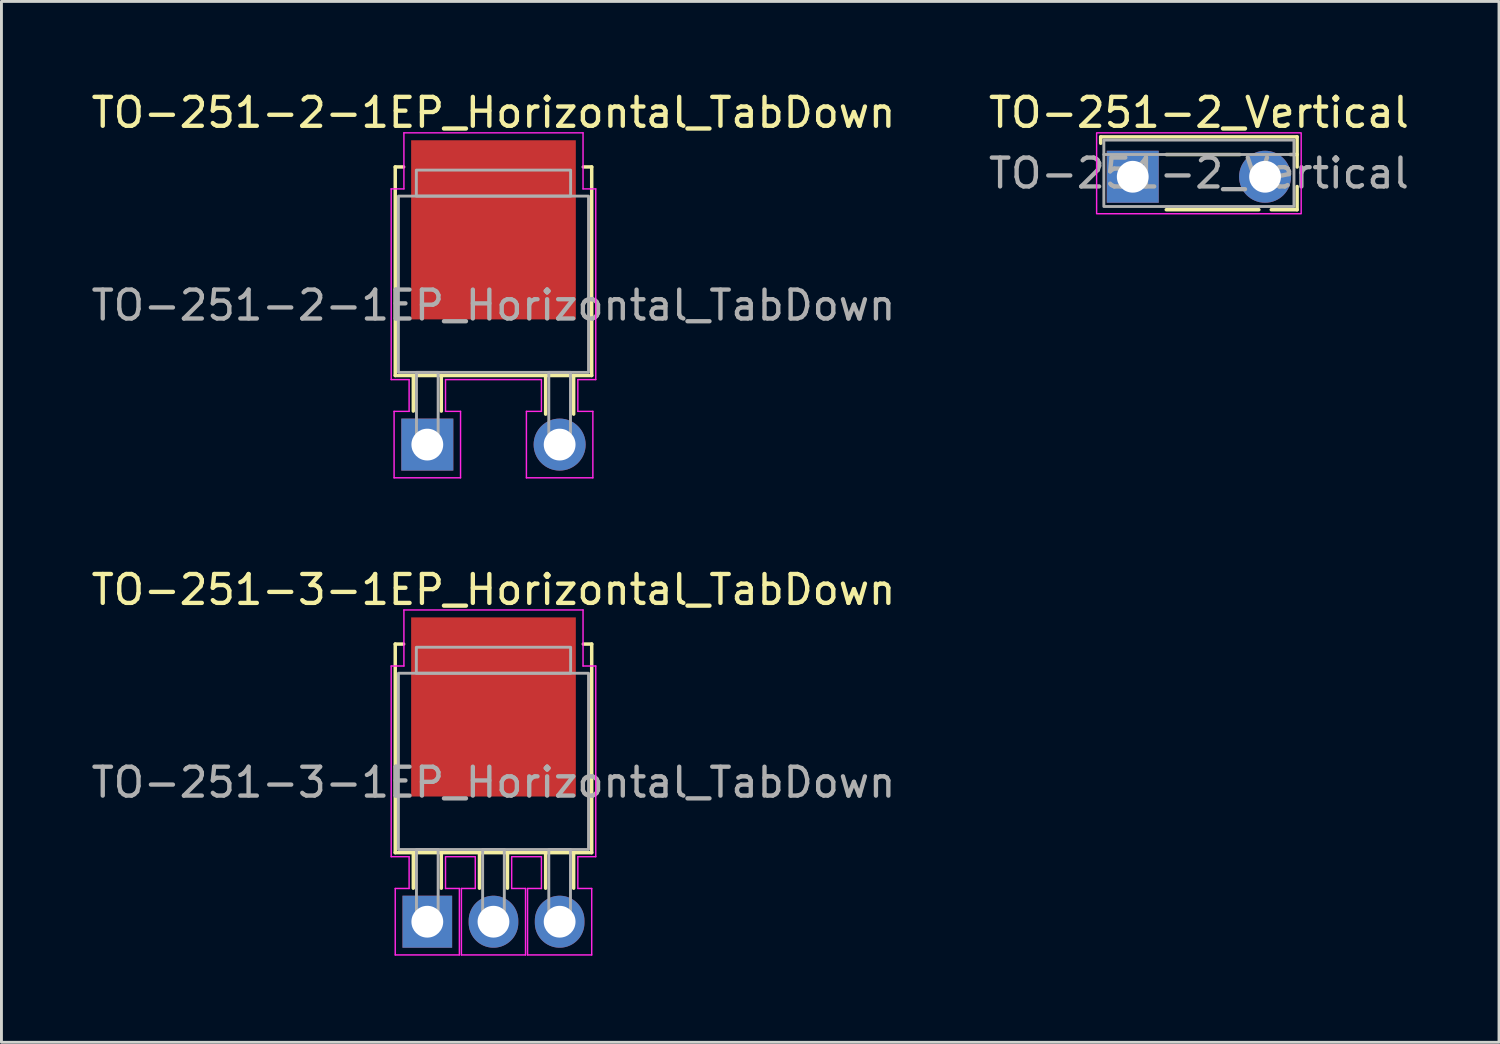
<source format=kicad_pcb>
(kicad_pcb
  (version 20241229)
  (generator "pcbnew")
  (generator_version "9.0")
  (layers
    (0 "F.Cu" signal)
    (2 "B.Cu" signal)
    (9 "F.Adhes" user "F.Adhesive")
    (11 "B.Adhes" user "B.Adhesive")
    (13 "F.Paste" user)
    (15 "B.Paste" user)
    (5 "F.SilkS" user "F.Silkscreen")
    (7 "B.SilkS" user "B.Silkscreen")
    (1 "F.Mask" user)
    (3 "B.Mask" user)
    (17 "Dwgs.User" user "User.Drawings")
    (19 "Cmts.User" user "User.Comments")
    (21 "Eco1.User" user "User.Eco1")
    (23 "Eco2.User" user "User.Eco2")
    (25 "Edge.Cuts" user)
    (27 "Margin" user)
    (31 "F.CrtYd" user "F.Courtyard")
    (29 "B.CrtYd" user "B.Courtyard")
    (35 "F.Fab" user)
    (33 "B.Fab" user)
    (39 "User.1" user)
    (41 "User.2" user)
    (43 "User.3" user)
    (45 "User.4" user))
  (footprint "TO-251-2_Vertical"
    (layer "F.Cu")
    (at 36.156 3.068)
    (property "Reference" "TO-251-2_Vertical" (at 2.29 -2.22 0) (layer "F.SilkS") (effects (font (size 1 1) (thickness 0.15))))
    (attr through_hole)
    (fp_line (start -1.11 -1.38) (end -1.11 -1.16) (stroke (width 0.12) (type solid)) (layer "F.SilkS"))
    (fp_line (start -1.11 -1.38) (end 5.69 -1.38) (stroke (width 0.12) (type solid)) (layer "F.SilkS"))
    (fp_line (start 1.16 -0.77) (end 3.712 -0.77) (stroke (width 0.12) (type solid)) (layer "F.SilkS"))
    (fp_line (start 1.16 1.14) (end 4.366 1.14) (stroke (width 0.12) (type solid)) (layer "F.SilkS"))
    (fp_line (start 4.794 1.14) (end 5.69 1.14) (stroke (width 0.12) (type solid)) (layer "F.SilkS"))
    (fp_line (start 5.448 -0.77) (end 5.69 -0.77) (stroke (width 0.12) (type solid)) (layer "F.SilkS"))
    (fp_line (start 5.69 -1.38) (end 5.69 -0.337) (stroke (width 0.12) (type solid)) (layer "F.SilkS"))
    (fp_line (start 5.69 0.337) (end 5.69 1.14) (stroke (width 0.12) (type solid)) (layer "F.SilkS"))
    (fp_rect (start 5.83 1.28) (end -1.25 -1.52) (stroke (width 0.05) (type solid)) (fill no) (layer "F.CrtYd"))
    (fp_line (start -1 -0.77) (end 5.58 -0.77) (stroke (width 0.1) (type solid)) (layer "F.Fab"))
    (fp_rect (start -1 -1.27) (end 5.58 1.03) (stroke (width 0.1) (type solid)) (fill no) (layer "F.Fab"))
    (fp_text user "${REFERENCE}" (at 2.29 -0.12 0) (layer "F.Fab") (effects (font (size 1 1) (thickness 0.15))))
    (pad "1" thru_hole rect (at 0 0) (size 1.8 1.8) (drill 1.1) (layers "*.Cu" "*.Mask"))
    (pad "2" thru_hole circle (at 4.58 0) (size 1.8 1.8) (drill 1.1) (layers "*.Cu" "*.Mask")))
  (footprint "TO-251-3-1EP_Horizontal_TabDown"
    (layer "F.Cu")
    (at 11.74 28.852)
    (property "Reference" "TO-251-3-1EP_Horizontal_TabDown" (at 2.29 -11.49 0) (layer "F.SilkS") (effects (font (size 1 1) (thickness 0.15))))
    (attr through_hole)
    (fp_line (start -1.11 -9.61) (end -0.82 -9.61) (stroke (width 0.12) (type solid)) (layer "F.SilkS"))
    (fp_line (start -1.11 -2.39) (end -1.11 -9.61) (stroke (width 0.12) (type solid)) (layer "F.SilkS"))
    (fp_line (start -1.11 -2.39) (end 5.69 -2.39) (stroke (width 0.12) (type solid)) (layer "F.SilkS"))
    (fp_line (start -0.485 -2.39) (end -0.485 -1.16) (stroke (width 0.12) (type solid)) (layer "F.SilkS"))
    (fp_line (start 0.485 -2.39) (end 0.485 -1.16) (stroke (width 0.12) (type solid)) (layer "F.SilkS"))
    (fp_line (start 1.805 -2.39) (end 1.805 -1.16) (stroke (width 0.12) (type solid)) (layer "F.SilkS"))
    (fp_line (start 2.775 -2.39) (end 2.775 -1.16) (stroke (width 0.12) (type solid)) (layer "F.SilkS"))
    (fp_line (start 4.095 -2.39) (end 4.095 -1.16) (stroke (width 0.12) (type solid)) (layer "F.SilkS"))
    (fp_line (start 5.065 -2.39) (end 5.065 -1.16) (stroke (width 0.12) (type solid)) (layer "F.SilkS"))
    (fp_line (start 5.4 -9.61) (end 5.69 -9.61) (stroke (width 0.12) (type solid)) (layer "F.SilkS"))
    (fp_line (start 5.69 -2.39) (end 5.69 -9.61) (stroke (width 0.12) (type solid)) (layer "F.SilkS"))
    (fp_line (start -1.25 -8.85) (end -0.81 -8.85) (stroke (width 0.05) (type solid)) (layer "F.CrtYd"))
    (fp_line (start -1.25 -2.25) (end -1.25 -8.85) (stroke (width 0.05) (type solid)) (layer "F.CrtYd"))
    (fp_line (start -1.11 -1.15) (end -0.63 -1.15) (stroke (width 0.05) (type solid)) (layer "F.CrtYd"))
    (fp_line (start -1.11 1.15) (end -1.11 -1.15) (stroke (width 0.05) (type solid)) (layer "F.CrtYd"))
    (fp_line (start -0.81 -10.79) (end 5.39 -10.79) (stroke (width 0.05) (type solid)) (layer "F.CrtYd"))
    (fp_line (start -0.81 -8.85) (end -0.81 -10.79) (stroke (width 0.05) (type solid)) (layer "F.CrtYd"))
    (fp_line (start -0.63 -2.25) (end -1.25 -2.25) (stroke (width 0.05) (type solid)) (layer "F.CrtYd"))
    (fp_line (start -0.63 -1.15) (end -0.63 -2.25) (stroke (width 0.05) (type solid)) (layer "F.CrtYd"))
    (fp_line (start 0.63 -2.25) (end 0.63 -1.15) (stroke (width 0.05) (type solid)) (layer "F.CrtYd"))
    (fp_line (start 0.63 -1.15) (end 1.11 -1.15) (stroke (width 0.05) (type solid)) (layer "F.CrtYd"))
    (fp_line (start 1.11 -1.15) (end 1.11 1.15) (stroke (width 0.05) (type solid)) (layer "F.CrtYd"))
    (fp_line (start 1.11 1.15) (end -1.11 1.15) (stroke (width 0.05) (type solid)) (layer "F.CrtYd"))
    (fp_line (start 1.18 -1.15) (end 1.66 -1.15) (stroke (width 0.05) (type solid)) (layer "F.CrtYd"))
    (fp_line (start 1.18 1.15) (end 1.18 -1.15) (stroke (width 0.05) (type solid)) (layer "F.CrtYd"))
    (fp_line (start 1.66 -2.25) (end 0.63 -2.25) (stroke (width 0.05) (type solid)) (layer "F.CrtYd"))
    (fp_line (start 1.66 -1.15) (end 1.66 -2.25) (stroke (width 0.05) (type solid)) (layer "F.CrtYd"))
    (fp_line (start 2.92 -2.25) (end 2.92 -1.15) (stroke (width 0.05) (type solid)) (layer "F.CrtYd"))
    (fp_line (start 2.92 -1.15) (end 3.4 -1.15) (stroke (width 0.05) (type solid)) (layer "F.CrtYd"))
    (fp_line (start 3.4 -1.15) (end 3.4 1.15) (stroke (width 0.05) (type solid)) (layer "F.CrtYd"))
    (fp_line (start 3.4 1.15) (end 1.18 1.15) (stroke (width 0.05) (type solid)) (layer "F.CrtYd"))
    (fp_line (start 3.47 -1.15) (end 3.95 -1.15) (stroke (width 0.05) (type solid)) (layer "F.CrtYd"))
    (fp_line (start 3.47 1.15) (end 3.47 -1.15) (stroke (width 0.05) (type solid)) (layer "F.CrtYd"))
    (fp_line (start 3.95 -2.25) (end 2.92 -2.25) (stroke (width 0.05) (type solid)) (layer "F.CrtYd"))
    (fp_line (start 3.95 -1.15) (end 3.95 -2.25) (stroke (width 0.05) (type solid)) (layer "F.CrtYd"))
    (fp_line (start 5.21 -2.25) (end 5.21 -1.15) (stroke (width 0.05) (type solid)) (layer "F.CrtYd"))
    (fp_line (start 5.21 -1.15) (end 5.69 -1.15) (stroke (width 0.05) (type solid)) (layer "F.CrtYd"))
    (fp_line (start 5.39 -10.79) (end 5.39 -8.85) (stroke (width 0.05) (type solid)) (layer "F.CrtYd"))
    (fp_line (start 5.39 -8.85) (end 5.83 -8.85) (stroke (width 0.05) (type solid)) (layer "F.CrtYd"))
    (fp_line (start 5.69 -1.15) (end 5.69 1.15) (stroke (width 0.05) (type solid)) (layer "F.CrtYd"))
    (fp_line (start 5.69 1.15) (end 3.47 1.15) (stroke (width 0.05) (type solid)) (layer "F.CrtYd"))
    (fp_line (start 5.83 -8.85) (end 5.83 -2.25) (stroke (width 0.05) (type solid)) (layer "F.CrtYd"))
    (fp_line (start 5.83 -2.25) (end 5.21 -2.25) (stroke (width 0.05) (type solid)) (layer "F.CrtYd"))
    (fp_rect (start -1 -2.5) (end 5.58 -8.6) (stroke (width 0.1) (type solid)) (fill no) (layer "F.Fab"))
    (fp_rect (start -0.38 -9.5) (end 4.96 -8.6) (stroke (width 0.1) (type solid)) (fill no) (layer "F.Fab"))
    (fp_rect (start -0.375 -2.5) (end 0.375 0) (stroke (width 0.1) (type solid)) (fill no) (layer "F.Fab"))
    (fp_rect (start 1.915 -2.5) (end 2.665 0) (stroke (width 0.1) (type solid)) (fill no) (layer "F.Fab"))
    (fp_rect (start 4.205 -2.5) (end 4.955 0) (stroke (width 0.1) (type solid)) (fill no) (layer "F.Fab"))
    (fp_text user "${REFERENCE}" (at 2.29 -4.82 0) (layer "F.Fab") (effects (font (size 1 1) (thickness 0.15))))
    (pad "1" thru_hole rect (at 0 0) (size 1.718 1.8) (drill 1.1) (layers "*.Cu" "*.Mask"))
    (pad "2" thru_hole oval (at 2.29 0) (size 1.718 1.8) (drill 1.1) (layers "*.Cu" "*.Mask"))
    (pad "3" thru_hole oval (at 4.58 0) (size 1.718 1.8) (drill 1.1) (layers "*.Cu" "*.Mask"))
    (pad "4" smd rect (at 2.29 -7.433) (size 5.7 6.2) (layers "F.Cu" "F.Mask" "F.Paste")))
  (footprint "TO-251-2-1EP_Horizontal_TabDown"
    (layer "F.Cu")
    (at 11.74 12.338)
    (property "Reference" "TO-251-2-1EP_Horizontal_TabDown" (at 2.29 -11.49 0) (layer "F.SilkS") (effects (font (size 1 1) (thickness 0.15))))
    (attr through_hole)
    (fp_line (start -1.11 -9.61) (end -0.82 -9.61) (stroke (width 0.12) (type solid)) (layer "F.SilkS"))
    (fp_line (start -1.11 -2.39) (end -1.11 -9.61) (stroke (width 0.12) (type solid)) (layer "F.SilkS"))
    (fp_line (start -1.11 -2.39) (end 5.69 -2.39) (stroke (width 0.12) (type solid)) (layer "F.SilkS"))
    (fp_line (start -0.485 -2.39) (end -0.485 -1.16) (stroke (width 0.12) (type solid)) (layer "F.SilkS"))
    (fp_line (start 0.485 -2.39) (end 0.485 -1.16) (stroke (width 0.12) (type solid)) (layer "F.SilkS"))
    (fp_line (start 4.095 -2.39) (end 4.095 -1.054) (stroke (width 0.12) (type solid)) (layer "F.SilkS"))
    (fp_line (start 5.065 -2.39) (end 5.065 -1.054) (stroke (width 0.12) (type solid)) (layer "F.SilkS"))
    (fp_line (start 5.4 -9.61) (end 5.69 -9.61) (stroke (width 0.12) (type solid)) (layer "F.SilkS"))
    (fp_line (start 5.69 -2.39) (end 5.69 -9.61) (stroke (width 0.12) (type solid)) (layer "F.SilkS"))
    (fp_line (start -1.25 -8.85) (end -0.81 -8.85) (stroke (width 0.05) (type solid)) (layer "F.CrtYd"))
    (fp_line (start -1.25 -2.25) (end -1.25 -8.85) (stroke (width 0.05) (type solid)) (layer "F.CrtYd"))
    (fp_line (start -1.15 -1.15) (end -0.63 -1.15) (stroke (width 0.05) (type solid)) (layer "F.CrtYd"))
    (fp_line (start -1.15 1.15) (end -1.15 -1.15) (stroke (width 0.05) (type solid)) (layer "F.CrtYd"))
    (fp_line (start -0.81 -10.79) (end 5.39 -10.79) (stroke (width 0.05) (type solid)) (layer "F.CrtYd"))
    (fp_line (start -0.81 -8.85) (end -0.81 -10.79) (stroke (width 0.05) (type solid)) (layer "F.CrtYd"))
    (fp_line (start -0.63 -2.25) (end -1.25 -2.25) (stroke (width 0.05) (type solid)) (layer "F.CrtYd"))
    (fp_line (start -0.63 -1.15) (end -0.63 -2.25) (stroke (width 0.05) (type solid)) (layer "F.CrtYd"))
    (fp_line (start 0.63 -2.25) (end 0.63 -1.15) (stroke (width 0.05) (type solid)) (layer "F.CrtYd"))
    (fp_line (start 0.63 -1.15) (end 1.15 -1.15) (stroke (width 0.05) (type solid)) (layer "F.CrtYd"))
    (fp_line (start 1.15 -1.15) (end 1.15 1.15) (stroke (width 0.05) (type solid)) (layer "F.CrtYd"))
    (fp_line (start 1.15 1.15) (end -1.15 1.15) (stroke (width 0.05) (type solid)) (layer "F.CrtYd"))
    (fp_line (start 3.43 -1.15) (end 3.95 -1.15) (stroke (width 0.05) (type solid)) (layer "F.CrtYd"))
    (fp_line (start 3.43 1.15) (end 3.43 -1.15) (stroke (width 0.05) (type solid)) (layer "F.CrtYd"))
    (fp_line (start 3.95 -2.25) (end 0.63 -2.25) (stroke (width 0.05) (type solid)) (layer "F.CrtYd"))
    (fp_line (start 3.95 -1.15) (end 3.95 -2.25) (stroke (width 0.05) (type solid)) (layer "F.CrtYd"))
    (fp_line (start 5.21 -2.25) (end 5.21 -1.15) (stroke (width 0.05) (type solid)) (layer "F.CrtYd"))
    (fp_line (start 5.21 -1.15) (end 5.73 -1.15) (stroke (width 0.05) (type solid)) (layer "F.CrtYd"))
    (fp_line (start 5.39 -10.79) (end 5.39 -8.85) (stroke (width 0.05) (type solid)) (layer "F.CrtYd"))
    (fp_line (start 5.39 -8.85) (end 5.83 -8.85) (stroke (width 0.05) (type solid)) (layer "F.CrtYd"))
    (fp_line (start 5.73 -1.15) (end 5.73 1.15) (stroke (width 0.05) (type solid)) (layer "F.CrtYd"))
    (fp_line (start 5.73 1.15) (end 3.43 1.15) (stroke (width 0.05) (type solid)) (layer "F.CrtYd"))
    (fp_line (start 5.83 -8.85) (end 5.83 -2.25) (stroke (width 0.05) (type solid)) (layer "F.CrtYd"))
    (fp_line (start 5.83 -2.25) (end 5.21 -2.25) (stroke (width 0.05) (type solid)) (layer "F.CrtYd"))
    (fp_rect (start -1 -2.5) (end 5.58 -8.6) (stroke (width 0.1) (type solid)) (fill no) (layer "F.Fab"))
    (fp_rect (start -0.38 -9.5) (end 4.96 -8.6) (stroke (width 0.1) (type solid)) (fill no) (layer "F.Fab"))
    (fp_rect (start -0.375 -2.5) (end 0.375 0) (stroke (width 0.1) (type solid)) (fill no) (layer "F.Fab"))
    (fp_rect (start 4.205 -2.5) (end 4.955 0) (stroke (width 0.1) (type solid)) (fill no) (layer "F.Fab"))
    (fp_text user "${REFERENCE}" (at 2.29 -4.82 0) (layer "F.Fab") (effects (font (size 1 1) (thickness 0.15))))
    (pad "1" thru_hole rect (at 0 0) (size 1.8 1.8) (drill 1.1) (layers "*.Cu" "*.Mask"))
    (pad "2" thru_hole circle (at 4.58 0) (size 1.8 1.8) (drill 1.1) (layers "*.Cu" "*.Mask"))
    (pad "3" smd rect (at 2.29 -7.433) (size 5.7 6.2) (layers "F.Cu" "F.Mask" "F.Paste")))
  (gr_rect
    (start -3 -3)
    (end 48.833 33.026)
    (stroke (width 0.1) (type default))
    (fill no)
    (layer "Edge.Cuts")))
</source>
